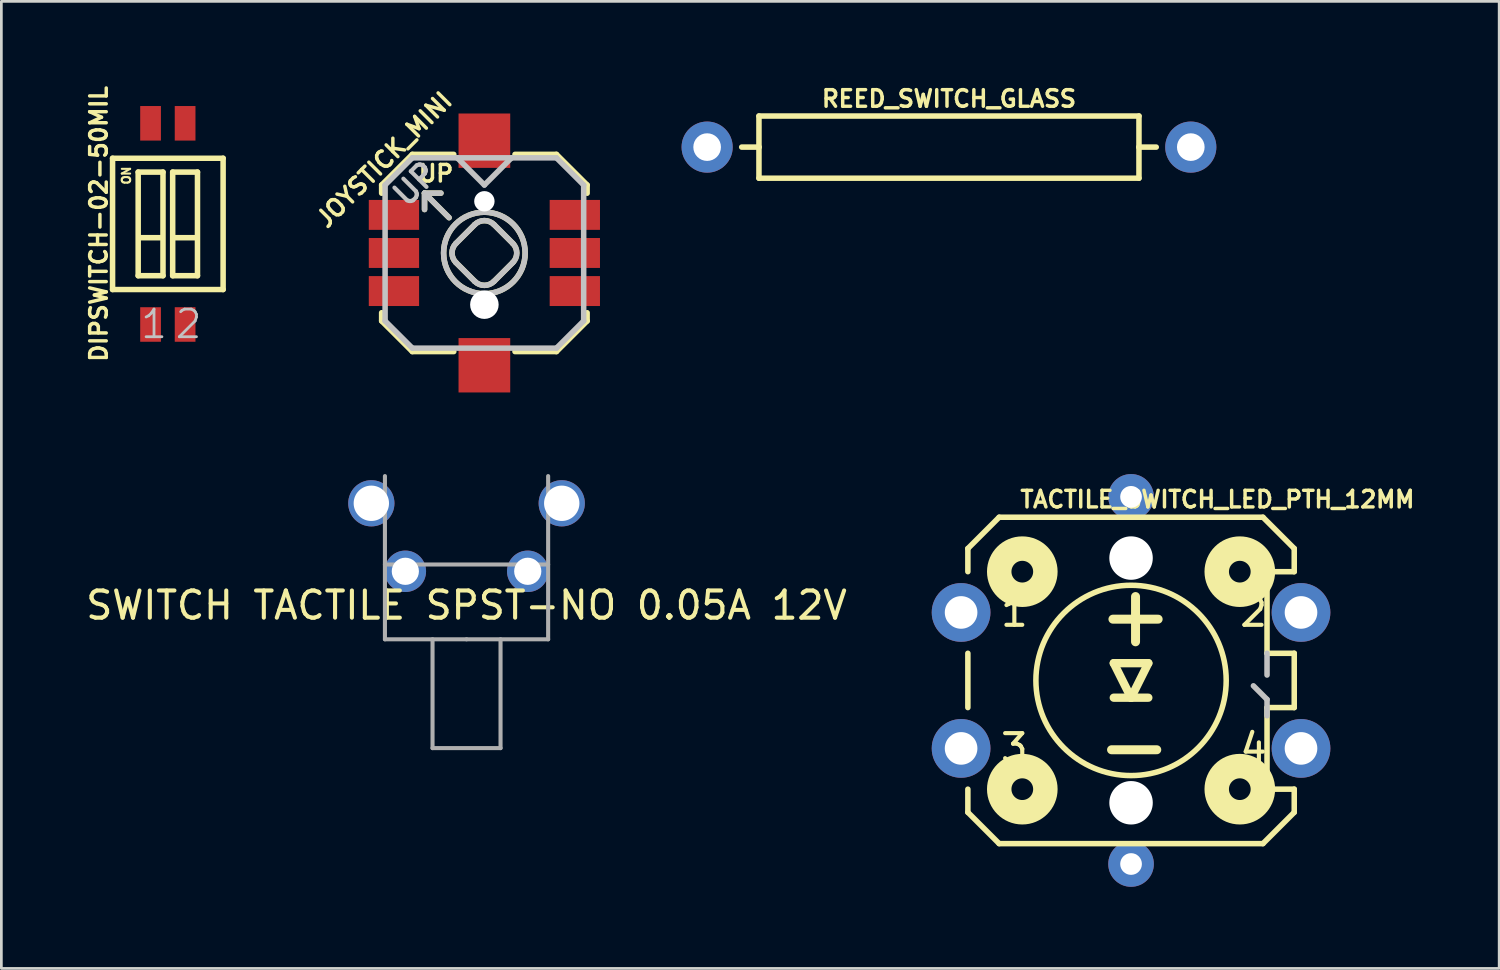
<source format=kicad_pcb>
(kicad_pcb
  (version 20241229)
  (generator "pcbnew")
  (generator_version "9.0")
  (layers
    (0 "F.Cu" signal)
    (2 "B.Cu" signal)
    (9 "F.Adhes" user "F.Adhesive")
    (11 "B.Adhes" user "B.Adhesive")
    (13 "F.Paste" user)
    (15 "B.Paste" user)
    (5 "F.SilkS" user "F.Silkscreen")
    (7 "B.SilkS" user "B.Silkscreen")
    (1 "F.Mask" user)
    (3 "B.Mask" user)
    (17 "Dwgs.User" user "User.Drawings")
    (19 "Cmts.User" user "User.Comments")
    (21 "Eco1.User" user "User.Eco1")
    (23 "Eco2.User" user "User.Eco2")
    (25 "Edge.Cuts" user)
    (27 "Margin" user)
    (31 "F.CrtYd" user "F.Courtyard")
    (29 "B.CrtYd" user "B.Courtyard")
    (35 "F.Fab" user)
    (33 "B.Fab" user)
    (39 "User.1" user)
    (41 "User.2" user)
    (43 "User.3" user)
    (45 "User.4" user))
  (footprint "REED_SWITCH_GLASS"
    (layer "F.Cu")
    (at 31.836 2.358)
    (property "Reference" "REED_SWITCH_GLASS" (at 0 -1.778 0) (layer "F.SilkS") (effects (font (size 0.61 0.61) (thickness 0.127))))
    (attr exclude_from_pos_files exclude_from_bom)
    (fp_line (start -6.985 -1.143) (end 6.985 -1.143) (stroke (width 0.203) (type solid)) (layer "F.SilkS"))
    (fp_line (start -6.985 0) (end -7.62 0) (stroke (width 0.203) (type solid)) (layer "F.SilkS"))
    (fp_line (start -6.985 0) (end -6.985 -1.143) (stroke (width 0.203) (type solid)) (layer "F.SilkS"))
    (fp_line (start -6.985 1.143) (end -6.985 0) (stroke (width 0.203) (type solid)) (layer "F.SilkS"))
    (fp_line (start -6.985 1.143) (end 6.985 1.143) (stroke (width 0.203) (type solid)) (layer "F.SilkS"))
    (fp_line (start 6.985 -1.143) (end 6.985 0) (stroke (width 0.203) (type solid)) (layer "F.SilkS"))
    (fp_line (start 6.985 0) (end 6.985 1.143) (stroke (width 0.203) (type solid)) (layer "F.SilkS"))
    (fp_line (start 6.985 0) (end 7.62 0) (stroke (width 0.203) (type solid)) (layer "F.SilkS"))
    (pad "P$1" thru_hole circle (at -8.89 0) (size 1.88 1.88) (drill 1.016) (layers "*.Cu" "*.Mask"))
    (pad "P$2" thru_hole circle (at 8.89 0) (size 1.88 1.88) (drill 1.016) (layers "*.Cu" "*.Mask")))
  (footprint "JOYSTICK_MINI"
    (layer "F.Cu")
    (at 14.757 6.25)
    (property "Reference" "JOYSTICK_MINI" (at -3.683 -3.429 45) (layer "F.SilkS") (effects (font (size 0.61 0.61) (thickness 0.127))))
    (attr smd)
    (fp_line (start -3.777 -2.499) (end -2.649 -3.625) (stroke (width 0.203) (type solid)) (layer "F.SilkS"))
    (fp_line (start -3.777 -2.197) (end -3.777 -2.499) (stroke (width 0.203) (type solid)) (layer "F.SilkS"))
    (fp_line (start -3.777 2.499) (end -3.777 2.197) (stroke (width 0.203) (type solid)) (layer "F.SilkS"))
    (fp_line (start -2.649 -3.625) (end -1.125 -3.625) (stroke (width 0.203) (type solid)) (layer "F.SilkS"))
    (fp_line (start -2.649 3.625) (end -3.777 2.499) (stroke (width 0.203) (type solid)) (layer "F.SilkS"))
    (fp_line (start -2.2 -2.2) (end -2.2 -1.598) (stroke (width 0.203) (type solid)) (layer "F.SilkS"))
    (fp_line (start -2.2 -2.2) (end -1.598 -2.2) (stroke (width 0.203) (type solid)) (layer "F.SilkS"))
    (fp_line (start -1.298 -1.298) (end -2.2 -2.2) (stroke (width 0.203) (type solid)) (layer "F.SilkS"))
    (fp_line (start -1.125 3.625) (end -2.649 3.625) (stroke (width 0.203) (type solid)) (layer "F.SilkS"))
    (fp_line (start -1.044 0.353) (end -0.353 1.044) (stroke (width 0.203) (type solid)) (layer "F.SilkS"))
    (fp_line (start -0.353 -1.044) (end -1.044 -0.353) (stroke (width 0.203) (type solid)) (layer "F.SilkS"))
    (fp_line (start 0.353 1.044) (end 1.044 0.353) (stroke (width 0.203) (type solid)) (layer "F.SilkS"))
    (fp_line (start 1.044 -0.353) (end 0.353 -1.044) (stroke (width 0.203) (type solid)) (layer "F.SilkS"))
    (fp_line (start 1.125 -3.625) (end 2.649 -3.625) (stroke (width 0.203) (type solid)) (layer "F.SilkS"))
    (fp_line (start 2.649 -3.625) (end 3.777 -2.499) (stroke (width 0.203) (type solid)) (layer "F.SilkS"))
    (fp_line (start 2.649 3.625) (end 1.125 3.625) (stroke (width 0.203) (type solid)) (layer "F.SilkS"))
    (fp_line (start 3.777 -2.499) (end 3.777 -2.197) (stroke (width 0.203) (type solid)) (layer "F.SilkS"))
    (fp_line (start 3.777 2.197) (end 3.777 2.499) (stroke (width 0.203) (type solid)) (layer "F.SilkS"))
    (fp_line (start 3.777 2.499) (end 2.649 3.625) (stroke (width 0.203) (type solid)) (layer "F.SilkS"))
    (fp_arc (start -1.04394 0.35306) (mid -1.190182 0) (end -1.04394 -0.35306) (stroke (width 0.2032) (type solid)) (layer "F.SilkS"))
    (fp_arc (start -0.35306 -1.04394) (mid 0 -1.190182) (end 0.35306 -1.04394) (stroke (width 0.2032) (type solid)) (layer "F.SilkS"))
    (fp_arc (start 0.35306 1.04394) (mid 0 1.190182) (end -0.35306 1.04394) (stroke (width 0.2032) (type solid)) (layer "F.SilkS"))
    (fp_arc (start 1.04394 -0.35306) (mid 1.190182 0) (end 1.04394 0.35306) (stroke (width 0.2032) (type solid)) (layer "F.SilkS"))
    (fp_circle (center 0 0) (end 0 -1.499) (stroke (width 0.203) (type solid)) (fill no) (layer "F.SilkS"))
    (fp_line (start -3.65 -2.499) (end -2.649 -3.498) (stroke (width 0.203) (type solid)) (layer "Dwgs.User"))
    (fp_line (start -3.65 2.499) (end -3.65 -2.499) (stroke (width 0.203) (type solid)) (layer "Dwgs.User"))
    (fp_line (start -2.649 -3.498) (end -0.998 -3.498) (stroke (width 0.203) (type solid)) (layer "Dwgs.User"))
    (fp_line (start -2.649 3.498) (end -3.65 2.499) (stroke (width 0.203) (type solid)) (layer "Dwgs.User"))
    (fp_line (start -2.2 -2.2) (end -2.2 -1.598) (stroke (width 0.203) (type solid)) (layer "Dwgs.User"))
    (fp_line (start -2.2 -2.2) (end -1.598 -2.2) (stroke (width 0.203) (type solid)) (layer "Dwgs.User"))
    (fp_line (start -1.298 -1.298) (end -2.2 -2.2) (stroke (width 0.203) (type solid)) (layer "Dwgs.User"))
    (fp_line (start -1.044 0.353) (end -0.353 1.044) (stroke (width 0.203) (type solid)) (layer "Dwgs.User"))
    (fp_line (start -0.998 -3.498) (end 0.998 -3.498) (stroke (width 0.203) (type solid)) (layer "Dwgs.User"))
    (fp_line (start -0.353 -1.044) (end -1.044 -0.353) (stroke (width 0.203) (type solid)) (layer "Dwgs.User"))
    (fp_line (start 0 -2.499) (end -0.998 -3.498) (stroke (width 0.203) (type solid)) (layer "Dwgs.User"))
    (fp_line (start 0 -2.499) (end 0.998 -3.498) (stroke (width 0.203) (type solid)) (layer "Dwgs.User"))
    (fp_line (start 0.353 1.044) (end 1.044 0.353) (stroke (width 0.203) (type solid)) (layer "Dwgs.User"))
    (fp_line (start 0.998 -3.498) (end 2.649 -3.498) (stroke (width 0.203) (type solid)) (layer "Dwgs.User"))
    (fp_line (start 1.044 -0.353) (end 0.353 -1.044) (stroke (width 0.203) (type solid)) (layer "Dwgs.User"))
    (fp_line (start 2.649 -3.498) (end 3.65 -2.499) (stroke (width 0.203) (type solid)) (layer "Dwgs.User"))
    (fp_line (start 2.649 3.498) (end -2.649 3.498) (stroke (width 0.203) (type solid)) (layer "Dwgs.User"))
    (fp_line (start 3.65 -2.499) (end 3.65 2.499) (stroke (width 0.203) (type solid)) (layer "Dwgs.User"))
    (fp_line (start 3.65 2.499) (end 2.649 3.498) (stroke (width 0.203) (type solid)) (layer "Dwgs.User"))
    (fp_arc (start -1.04394 0.35306) (mid -1.190182 0) (end -1.04394 -0.35306) (stroke (width 0.2032) (type solid)) (layer "Dwgs.User"))
    (fp_arc (start -0.35306 -1.04394) (mid 0 -1.190182) (end 0.35306 -1.04394) (stroke (width 0.2032) (type solid)) (layer "Dwgs.User"))
    (fp_arc (start 0.35306 1.04394) (mid 0 1.190182) (end -0.35306 1.04394) (stroke (width 0.2032) (type solid)) (layer "Dwgs.User"))
    (fp_arc (start 1.04394 -0.35306) (mid 1.190182 0) (end 1.04394 0.35306) (stroke (width 0.2032) (type solid)) (layer "Dwgs.User"))
    (fp_circle (center 0 0) (end 0 -1.499) (stroke (width 0.203) (type solid)) (fill no) (layer "Dwgs.User"))
    (fp_text user "UP" (at -1.778 -2.921 180) (layer "F.SilkS") (effects (font (size 0.61 0.61) (thickness 0.127))))
    (fp_text user "UP" (at -2.54 -2.54 45) (layer "Dwgs.User") (effects (font (size 0.813 0.813) (thickness 0.152))))
    (pad "" np_thru_hole circle (at 0 -1.9) (size 0.749 0.749) (drill 0.749) (layers "*.Cu" "*.Mask"))
    (pad "" np_thru_hole circle (at 0 1.9) (size 1.049 1.049) (drill 1.049) (layers "*.Cu" "*.Mask"))
    (pad "A" smd rect (at -3.325 -1.4) (size 1.849 1.1) (layers "F.Cu" "F.Mask" "F.Paste"))
    (pad "B" smd rect (at 3.325 -1.4) (size 1.849 1.1) (layers "F.Cu" "F.Mask" "F.Paste"))
    (pad "C" smd rect (at -3.325 1.4) (size 1.849 1.1) (layers "F.Cu" "F.Mask" "F.Paste"))
    (pad "CTR" smd rect (at -3.325 0) (size 1.849 1.1) (layers "F.Cu" "F.Mask" "F.Paste"))
    (pad "D" smd rect (at 3.325 1.4) (size 1.849 1.1) (layers "F.Cu" "F.Mask" "F.Paste"))
    (pad "GND" smd rect (at 3.325 0) (size 1.849 1.1) (layers "F.Cu" "F.Mask" "F.Paste"))
    (pad "NC" smd rect (at 0 -4.128) (size 1.9 1.999) (layers "F.Cu" "F.Mask" "F.Paste"))
    (pad "NC@0" smd rect (at 0 4.128) (size 1.9 1.999) (layers "F.Cu" "F.Mask" "F.Paste")))
  (footprint "TACTILE_SWITCH_LED_PTH_12MM"
    (layer "F.Cu")
    (at 38.53 21.964)
    (property "Reference" "TACTILE_SWITCH_LED_PTH_12MM" (at 3.175 -6.655 0) (layer "F.SilkS") (effects (font (size 0.61 0.61) (thickness 0.127))))
    (attr exclude_from_pos_files exclude_from_bom)
    (fp_line (start -5.999 -4.849) (end -4.849 -5.999) (stroke (width 0.203) (type solid)) (layer "F.SilkS"))
    (fp_line (start -5.999 -3.998) (end -5.999 -4.849) (stroke (width 0.203) (type solid)) (layer "F.SilkS"))
    (fp_line (start -5.999 0.998) (end -5.999 -0.998) (stroke (width 0.203) (type solid)) (layer "F.SilkS"))
    (fp_line (start -5.999 4.849) (end -5.999 3.998) (stroke (width 0.203) (type solid)) (layer "F.SilkS"))
    (fp_line (start -4.849 -5.999) (end 4.849 -5.999) (stroke (width 0.203) (type solid)) (layer "F.SilkS"))
    (fp_line (start -4.849 5.999) (end -5.999 4.849) (stroke (width 0.203) (type solid)) (layer "F.SilkS"))
    (fp_line (start -0.635 -0.635) (end 0 0.635) (stroke (width 0.305) (type solid)) (layer "F.SilkS"))
    (fp_line (start 0 0.635) (end -0.635 0.635) (stroke (width 0.305) (type solid)) (layer "F.SilkS"))
    (fp_line (start 0 0.635) (end 0.635 -0.635) (stroke (width 0.305) (type solid)) (layer "F.SilkS"))
    (fp_line (start 0.635 -0.635) (end -0.635 -0.635) (stroke (width 0.305) (type solid)) (layer "F.SilkS"))
    (fp_line (start 0.635 0.635) (end 0 0.635) (stroke (width 0.305) (type solid)) (layer "F.SilkS"))
    (fp_line (start 4.849 -5.999) (end 5.999 -4.849) (stroke (width 0.203) (type solid)) (layer "F.SilkS"))
    (fp_line (start 4.849 5.999) (end -4.849 5.999) (stroke (width 0.203) (type solid)) (layer "F.SilkS"))
    (fp_line (start 4.999 -3.998) (end 5.999 -3.998) (stroke (width 0.203) (type solid)) (layer "F.SilkS"))
    (fp_line (start 4.999 -0.998) (end 4.999 -3.998) (stroke (width 0.203) (type solid)) (layer "F.SilkS"))
    (fp_line (start 4.999 0.998) (end 4.999 3.998) (stroke (width 0.203) (type solid)) (layer "F.SilkS"))
    (fp_line (start 4.999 3.998) (end 5.999 3.998) (stroke (width 0.203) (type solid)) (layer "F.SilkS"))
    (fp_line (start 5.999 -4.849) (end 5.999 -3.998) (stroke (width 0.203) (type solid)) (layer "F.SilkS"))
    (fp_line (start 5.999 -0.998) (end 4.999 -0.998) (stroke (width 0.203) (type solid)) (layer "F.SilkS"))
    (fp_line (start 5.999 -0.998) (end 5.999 0.998) (stroke (width 0.203) (type solid)) (layer "F.SilkS"))
    (fp_line (start 5.999 0.998) (end 4.999 0.998) (stroke (width 0.203) (type solid)) (layer "F.SilkS"))
    (fp_line (start 5.999 3.998) (end 5.999 4.849) (stroke (width 0.203) (type solid)) (layer "F.SilkS"))
    (fp_line (start 5.999 4.849) (end 4.849 5.999) (stroke (width 0.203) (type solid)) (layer "F.SilkS"))
    (fp_circle (center -3.998 -3.998) (end -3.998 -4.397) (stroke (width 0.899) (type solid)) (fill no) (layer "F.SilkS"))
    (fp_circle (center -3.998 3.998) (end -3.998 3.599) (stroke (width 0.899) (type solid)) (fill no) (layer "F.SilkS"))
    (fp_circle (center 0 0) (end 0 -3.498) (stroke (width 0.203) (type solid)) (fill no) (layer "F.SilkS"))
    (fp_circle (center 3.998 -3.998) (end 3.998 -4.397) (stroke (width 0.899) (type solid)) (fill no) (layer "F.SilkS"))
    (fp_circle (center 3.998 3.998) (end 3.998 3.599) (stroke (width 0.899) (type solid)) (fill no) (layer "F.SilkS"))
    (fp_line (start 4.999 -0.198) (end 4.999 -0.998) (stroke (width 0.203) (type solid)) (layer "Dwgs.User"))
    (fp_line (start 4.999 0.699) (end 4.498 0.198) (stroke (width 0.203) (type solid)) (layer "Dwgs.User"))
    (fp_line (start 4.999 1.298) (end 4.999 0.699) (stroke (width 0.203) (type solid)) (layer "Dwgs.User"))
    (fp_text user "3" (at -4.29 2.492 0) (layer "F.SilkS") (effects (font (size 1.016 1.016) (thickness 0.152))))
    (fp_text user "+" (at 0.165 -2.413 180) (layer "F.SilkS") (effects (font (size 2.182 2.182) (thickness 0.33))))
    (fp_text user "4" (at 4.506 2.492 0) (layer "F.SilkS") (effects (font (size 1.016 1.016) (thickness 0.152))))
    (fp_text user "1" (at -4.29 -2.507 0) (layer "F.SilkS") (effects (font (size 1.016 1.016) (thickness 0.152))))
    (fp_text user "-" (at 0.114 2.388 180) (layer "F.SilkS") (effects (font (size 2.182 2.182) (thickness 0.33))))
    (fp_text user "2" (at 4.506 -2.507 0) (layer "F.SilkS") (effects (font (size 1.016 1.016) (thickness 0.152))))
    (pad "" np_thru_hole circle (at 0 -4.498) (size 1.598 1.598) (drill 1.598) (layers "*.Cu" "*.Mask"))
    (pad "" np_thru_hole circle (at 0 4.498) (size 1.598 1.598) (drill 1.598) (layers "*.Cu" "*.Mask"))
    (pad "1" thru_hole circle (at -6.248 -2.499) (size 2.159 2.159) (drill 1.199) (layers "*.Cu" "*.Mask"))
    (pad "2" thru_hole circle (at 6.248 -2.499) (size 2.159 2.159) (drill 1.199) (layers "*.Cu" "*.Mask"))
    (pad "3" thru_hole circle (at -6.248 2.499) (size 2.159 2.159) (drill 1.199) (layers "*.Cu" "*.Mask"))
    (pad "4" thru_hole circle (at 6.248 2.499) (size 2.159 2.159) (drill 1.199) (layers "*.Cu" "*.Mask"))
    (pad "A" thru_hole circle (at 0 -6.749) (size 1.676 1.676) (drill 0.798) (layers "*.Cu" "*.Mask"))
    (pad "C" thru_hole circle (at 0 6.749) (size 1.676 1.676) (drill 0.798) (layers "*.Cu" "*.Mask")))
  (footprint "SWITCH TACTILE SPST-NO 0.05A 12V"
    (layer "F.Cu")
    (at 14.101 15.452)
    (property "Reference" "SWITCH TACTILE SPST-NO 0.05A 12V" (at 0 3.75 0) (layer "F.SilkS") (effects (font (size 1 1) (thickness 0.15))))
    (attr through_hole)
    (fp_line (start -3 -1) (end -3 5) (stroke (width 0.15) (type solid)) (layer "F.Fab"))
    (fp_line (start -3 2.25) (end 3 2.25) (stroke (width 0.15) (type solid)) (layer "F.Fab"))
    (fp_line (start -3 5) (end 0 5) (stroke (width 0.15) (type solid)) (layer "F.Fab"))
    (fp_line (start -1.25 9) (end -1.25 5) (stroke (width 0.15) (type solid)) (layer "F.Fab"))
    (fp_line (start 0 5) (end 3 5) (stroke (width 0.15) (type solid)) (layer "F.Fab"))
    (fp_line (start 1.25 5) (end 1.25 9) (stroke (width 0.15) (type solid)) (layer "F.Fab"))
    (fp_line (start 1.25 9) (end -1.25 9) (stroke (width 0.15) (type solid)) (layer "F.Fab"))
    (fp_line (start 3 5) (end 3 -1) (stroke (width 0.15) (type solid)) (layer "F.Fab"))
    (pad "1" thru_hole circle (at -2.25 2.5) (size 1.524 1.524) (drill 1) (layers "*.Cu" "*.Mask"))
    (pad "2" thru_hole circle (at 2.25 2.5) (size 1.524 1.524) (drill 1) (layers "*.Cu" "*.Mask"))
    (pad "NC" thru_hole circle (at -3.5 0) (size 1.7 1.7) (drill 1.3) (layers "*.Cu" "*.Mask"))
    (pad "NC" thru_hole circle (at 3.5 0) (size 1.7 1.7) (drill 1.3) (layers "*.Cu" "*.Mask")))
  (footprint "DIPSWITCH-02-50MIL"
    (layer "F.Cu")
    (at 3.12 5.181)
    (property "Reference" "DIPSWITCH-02-50MIL" (at -2.54 0 90) (layer "F.SilkS") (effects (font (size 0.61 0.61) (thickness 0.127))))
    (attr smd)
    (fp_line (start -2.032 -2.413) (end -2.032 2.413) (stroke (width 0.203) (type solid)) (layer "F.SilkS"))
    (fp_line (start -2.032 2.413) (end 2.032 2.413) (stroke (width 0.203) (type solid)) (layer "F.SilkS"))
    (fp_line (start -1.09 -1.905) (end -1.09 1.905) (stroke (width 0.203) (type solid)) (layer "F.SilkS"))
    (fp_line (start -1.09 -1.905) (end -0.178 -1.905) (stroke (width 0.203) (type solid)) (layer "F.SilkS"))
    (fp_line (start -0.254 0.508) (end -1.016 0.508) (stroke (width 0.203) (type solid)) (layer "F.SilkS"))
    (fp_line (start -0.178 1.905) (end -1.09 1.905) (stroke (width 0.203) (type solid)) (layer "F.SilkS"))
    (fp_line (start -0.178 1.905) (end -0.178 -1.905) (stroke (width 0.203) (type solid)) (layer "F.SilkS"))
    (fp_line (start 0.178 -1.905) (end 0.178 1.905) (stroke (width 0.203) (type solid)) (layer "F.SilkS"))
    (fp_line (start 0.178 -1.905) (end 1.09 -1.905) (stroke (width 0.203) (type solid)) (layer "F.SilkS"))
    (fp_line (start 0.254 0.508) (end 1.016 0.508) (stroke (width 0.203) (type solid)) (layer "F.SilkS"))
    (fp_line (start 1.09 1.905) (end 0.178 1.905) (stroke (width 0.203) (type solid)) (layer "F.SilkS"))
    (fp_line (start 1.09 1.905) (end 1.09 -1.905) (stroke (width 0.203) (type solid)) (layer "F.SilkS"))
    (fp_line (start 2.032 -2.413) (end -2.032 -2.413) (stroke (width 0.203) (type solid)) (layer "F.SilkS"))
    (fp_line (start 2.032 2.413) (end 2.032 -2.413) (stroke (width 0.203) (type solid)) (layer "F.SilkS"))
    (fp_text user "ON" (at -1.524 -1.778 90) (layer "F.SilkS") (effects (font (size 0.305 0.305) (thickness 0.076))))
    (fp_text user "2" (at 0.762 3.683 0) (layer "Dwgs.User") (effects (font (size 1.016 1.016) (thickness 0.102))))
    (fp_text user "1" (at -0.508 3.683 0) (layer "Dwgs.User") (effects (font (size 1.016 1.016) (thickness 0.102))))
    (pad "1" smd rect (at -0.635 3.698 90) (size 1.27 0.762) (layers "F.Cu" "F.Mask" "F.Paste"))
    (pad "2" smd rect (at 0.635 3.698 90) (size 1.27 0.762) (layers "F.Cu" "F.Mask" "F.Paste"))
    (pad "3" smd rect (at 0.635 -3.698 90) (size 1.27 0.762) (layers "F.Cu" "F.Mask" "F.Paste"))
    (pad "4" smd rect (at -0.635 -3.698 90) (size 1.27 0.762) (layers "F.Cu" "F.Mask" "F.Paste")))
  (gr_rect
    (start -3 -3)
    (end 52.063 32.551)
    (stroke (width 0.1) (type default))
    (fill no)
    (layer "Edge.Cuts")))
</source>
